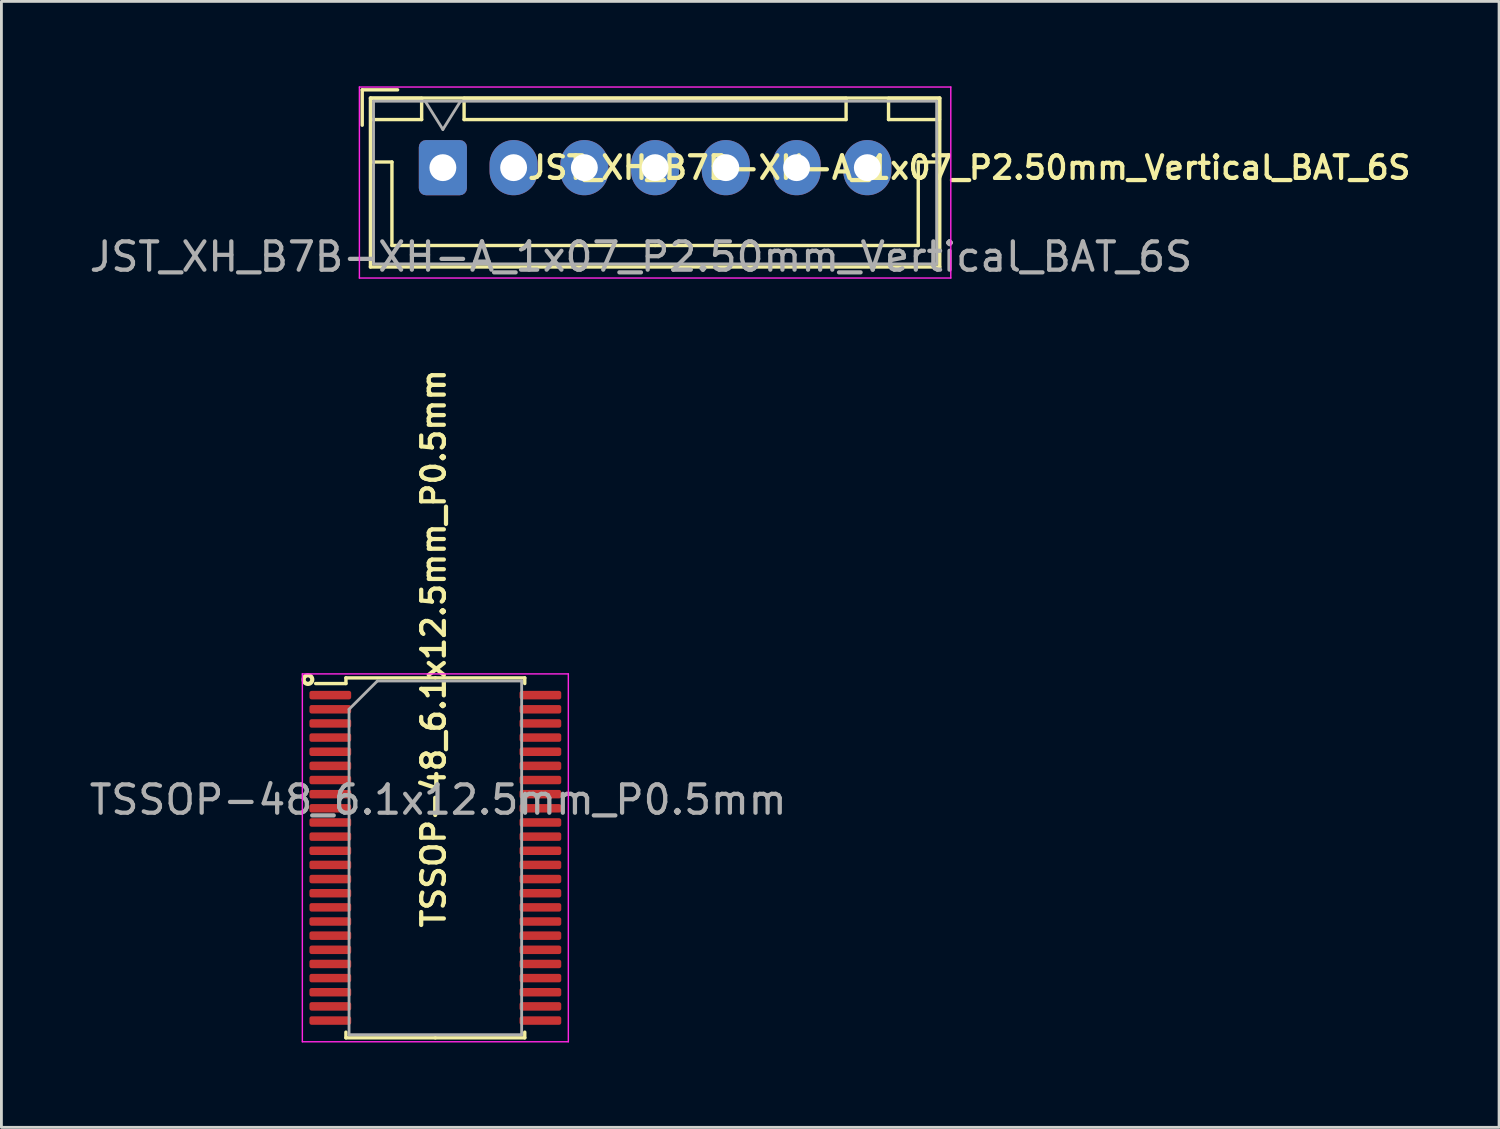
<source format=kicad_pcb>
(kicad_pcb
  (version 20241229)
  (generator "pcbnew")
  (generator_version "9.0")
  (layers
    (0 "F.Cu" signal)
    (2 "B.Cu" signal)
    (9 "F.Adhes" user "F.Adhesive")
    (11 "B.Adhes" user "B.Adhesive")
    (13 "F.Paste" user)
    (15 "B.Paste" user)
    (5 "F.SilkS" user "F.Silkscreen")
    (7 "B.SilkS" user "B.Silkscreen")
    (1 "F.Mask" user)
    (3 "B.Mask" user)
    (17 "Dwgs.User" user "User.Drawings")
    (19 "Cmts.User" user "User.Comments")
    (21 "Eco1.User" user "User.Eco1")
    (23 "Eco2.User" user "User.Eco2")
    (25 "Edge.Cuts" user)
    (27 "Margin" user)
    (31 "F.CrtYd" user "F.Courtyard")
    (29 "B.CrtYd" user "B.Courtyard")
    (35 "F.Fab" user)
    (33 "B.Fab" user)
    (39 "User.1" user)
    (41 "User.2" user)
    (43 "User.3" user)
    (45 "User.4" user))
  (footprint "JST_XH_B7B-XH-A_1x07_P2.50mm_Vertical_BAT_6S"
    (layer "F.Cu")
    (at 12.601 2.875)
    (property "Reference" "JST_XH_B7B-XH-A_1x07_P2.50mm_Vertical_BAT_6S" (at 18.6 0 180) (layer "F.SilkS") (effects (font (size 0.8 0.8) (thickness 0.15))))
    (attr through_hole)
    (fp_line (start -2.85 -2.75) (end -2.85 -1.5) (stroke (width 0.12) (type solid)) (layer "F.SilkS"))
    (fp_line (start -2.56 -2.46) (end -2.56 3.51) (stroke (width 0.12) (type solid)) (layer "F.SilkS"))
    (fp_line (start -2.56 3.51) (end 17.56 3.51) (stroke (width 0.12) (type solid)) (layer "F.SilkS"))
    (fp_line (start -2.55 -2.45) (end -2.55 -1.7) (stroke (width 0.12) (type solid)) (layer "F.SilkS"))
    (fp_line (start -2.55 -1.7) (end -0.75 -1.7) (stroke (width 0.12) (type solid)) (layer "F.SilkS"))
    (fp_line (start -2.55 -0.2) (end -1.8 -0.2) (stroke (width 0.12) (type solid)) (layer "F.SilkS"))
    (fp_line (start -1.8 -0.2) (end -1.8 2.75) (stroke (width 0.12) (type solid)) (layer "F.SilkS"))
    (fp_line (start -1.8 2.75) (end 7.5 2.75) (stroke (width 0.12) (type solid)) (layer "F.SilkS"))
    (fp_line (start -1.6 -2.75) (end -2.85 -2.75) (stroke (width 0.12) (type solid)) (layer "F.SilkS"))
    (fp_line (start -0.75 -2.45) (end -2.55 -2.45) (stroke (width 0.12) (type solid)) (layer "F.SilkS"))
    (fp_line (start -0.75 -1.7) (end -0.75 -2.45) (stroke (width 0.12) (type solid)) (layer "F.SilkS"))
    (fp_line (start 0.75 -2.45) (end 0.75 -1.7) (stroke (width 0.12) (type solid)) (layer "F.SilkS"))
    (fp_line (start 0.75 -1.7) (end 14.25 -1.7) (stroke (width 0.12) (type solid)) (layer "F.SilkS"))
    (fp_line (start 14.25 -2.45) (end 0.75 -2.45) (stroke (width 0.12) (type solid)) (layer "F.SilkS"))
    (fp_line (start 14.25 -1.7) (end 14.25 -2.45) (stroke (width 0.12) (type solid)) (layer "F.SilkS"))
    (fp_line (start 15.75 -2.45) (end 15.75 -1.7) (stroke (width 0.12) (type solid)) (layer "F.SilkS"))
    (fp_line (start 15.75 -1.7) (end 17.55 -1.7) (stroke (width 0.12) (type solid)) (layer "F.SilkS"))
    (fp_line (start 16.8 -0.2) (end 16.8 2.75) (stroke (width 0.12) (type solid)) (layer "F.SilkS"))
    (fp_line (start 16.8 2.75) (end 7.5 2.75) (stroke (width 0.12) (type solid)) (layer "F.SilkS"))
    (fp_line (start 17.55 -2.45) (end 15.75 -2.45) (stroke (width 0.12) (type solid)) (layer "F.SilkS"))
    (fp_line (start 17.55 -1.7) (end 17.55 -2.45) (stroke (width 0.12) (type solid)) (layer "F.SilkS"))
    (fp_line (start 17.55 -0.2) (end 16.8 -0.2) (stroke (width 0.12) (type solid)) (layer "F.SilkS"))
    (fp_line (start 17.56 -2.46) (end -2.56 -2.46) (stroke (width 0.12) (type solid)) (layer "F.SilkS"))
    (fp_line (start 17.56 3.51) (end 17.56 -2.46) (stroke (width 0.12) (type solid)) (layer "F.SilkS"))
    (fp_line (start -2.95 -2.85) (end -2.95 3.9) (stroke (width 0.05) (type solid)) (layer "F.CrtYd"))
    (fp_line (start -2.95 3.9) (end 17.95 3.9) (stroke (width 0.05) (type solid)) (layer "F.CrtYd"))
    (fp_line (start 17.95 -2.85) (end -2.95 -2.85) (stroke (width 0.05) (type solid)) (layer "F.CrtYd"))
    (fp_line (start 17.95 3.9) (end 17.95 -2.85) (stroke (width 0.05) (type solid)) (layer "F.CrtYd"))
    (fp_line (start -2.45 -2.35) (end -2.45 3.4) (stroke (width 0.1) (type solid)) (layer "F.Fab"))
    (fp_line (start -2.45 3.4) (end 17.45 3.4) (stroke (width 0.1) (type solid)) (layer "F.Fab"))
    (fp_line (start -0.625 -2.35) (end 0 -1.35) (stroke (width 0.1) (type solid)) (layer "F.Fab"))
    (fp_line (start 0 -1.35) (end 0.625 -2.35) (stroke (width 0.1) (type solid)) (layer "F.Fab"))
    (fp_line (start 17.45 -2.35) (end -2.45 -2.35) (stroke (width 0.1) (type solid)) (layer "F.Fab"))
    (fp_line (start 17.45 3.4) (end 17.45 -2.35) (stroke (width 0.1) (type solid)) (layer "F.Fab"))
    (fp_text user "${REFERENCE}" (at 7 3.15 0) (layer "F.Fab") (effects (font (size 1 1) (thickness 0.15))))
    (pad "0" thru_hole oval (at 15 0) (size 1.7 1.95) (drill 0.95) (layers "*.Cu" "*.Mask"))
    (pad "1" thru_hole oval (at 12.5 0) (size 1.7 1.95) (drill 0.95) (layers "*.Cu" "*.Mask"))
    (pad "2" thru_hole oval (at 10 0) (size 1.7 1.95) (drill 0.95) (layers "*.Cu" "*.Mask"))
    (pad "3" thru_hole oval (at 7.5 0) (size 1.7 1.95) (drill 0.95) (layers "*.Cu" "*.Mask"))
    (pad "4" thru_hole oval (at 5 0) (size 1.7 1.95) (drill 0.95) (layers "*.Cu" "*.Mask"))
    (pad "5" thru_hole oval (at 2.5 0) (size 1.7 1.95) (drill 0.95) (layers "*.Cu" "*.Mask"))
    (pad "6" thru_hole roundrect (at 0 0) (size 1.7 1.95) (drill 0.95) (layers "*.Cu" "*.Mask") (roundrect_rratio 0.147)))
  (footprint "TSSOP-48_6.1x12.5mm_P0.5mm"
    (layer "F.Cu")
    (at 12.335 27.266)
    (property "Reference" "TSSOP-48_6.1x12.5mm_P0.5mm" (at -0.062 -7.4 270) (layer "F.SilkS") (effects (font (size 0.8 0.8) (thickness 0.15))))
    (attr smd)
    (fp_line (start -3.16 -6.36) (end -3.16 -6.16) (stroke (width 0.12) (type solid)) (layer "F.SilkS"))
    (fp_line (start -3.16 -6.16) (end -4.23 -6.16) (stroke (width 0.12) (type solid)) (layer "F.SilkS"))
    (fp_line (start -3.16 6.36) (end -3.16 6.16) (stroke (width 0.12) (type solid)) (layer "F.SilkS"))
    (fp_line (start 0 -6.36) (end -3.16 -6.36) (stroke (width 0.12) (type solid)) (layer "F.SilkS"))
    (fp_line (start 0 -6.36) (end 3.16 -6.36) (stroke (width 0.12) (type solid)) (layer "F.SilkS"))
    (fp_line (start 0 6.36) (end -3.16 6.36) (stroke (width 0.12) (type solid)) (layer "F.SilkS"))
    (fp_line (start 0 6.36) (end 3.16 6.36) (stroke (width 0.12) (type solid)) (layer "F.SilkS"))
    (fp_line (start 3.16 -6.36) (end 3.16 -6.16) (stroke (width 0.12) (type solid)) (layer "F.SilkS"))
    (fp_line (start 3.16 6.36) (end 3.16 6.16) (stroke (width 0.12) (type solid)) (layer "F.SilkS"))
    (fp_circle (center -4.502 -6.3) (end -4.362 -6.36) (stroke (width 0.15) (type solid)) (fill no) (layer "F.SilkS"))
    (fp_line (start -4.7 -6.5) (end -4.7 6.5) (stroke (width 0.05) (type solid)) (layer "F.CrtYd"))
    (fp_line (start -4.7 6.5) (end 4.7 6.5) (stroke (width 0.05) (type solid)) (layer "F.CrtYd"))
    (fp_line (start 4.7 -6.5) (end -4.7 -6.5) (stroke (width 0.05) (type solid)) (layer "F.CrtYd"))
    (fp_line (start 4.7 6.5) (end 4.7 -6.5) (stroke (width 0.05) (type solid)) (layer "F.CrtYd"))
    (fp_line (start -3.05 -5.25) (end -2.05 -6.25) (stroke (width 0.1) (type solid)) (layer "F.Fab"))
    (fp_line (start -3.05 6.25) (end -3.05 -5.25) (stroke (width 0.1) (type solid)) (layer "F.Fab"))
    (fp_line (start -2.05 -6.25) (end 3.05 -6.25) (stroke (width 0.1) (type solid)) (layer "F.Fab"))
    (fp_line (start 3.05 -6.25) (end 3.05 6.25) (stroke (width 0.1) (type solid)) (layer "F.Fab"))
    (fp_line (start 3.05 6.25) (end -3.05 6.25) (stroke (width 0.1) (type solid)) (layer "F.Fab"))
    (fp_text user "${REFERENCE}" (at 0.1 -2.05 180) (layer "F.Fab") (effects (font (size 1 1) (thickness 0.15))))
    (pad "1" smd roundrect (at -3.712 -5.75) (size 1.475 0.3) (layers "F.Cu" "F.Mask" "F.Paste") (roundrect_rratio 0.25))
    (pad "2" smd roundrect (at -3.712 -5.25) (size 1.475 0.3) (layers "F.Cu" "F.Mask" "F.Paste") (roundrect_rratio 0.25))
    (pad "3" smd roundrect (at -3.712 -4.75) (size 1.475 0.3) (layers "F.Cu" "F.Mask" "F.Paste") (roundrect_rratio 0.25))
    (pad "4" smd roundrect (at -3.712 -4.25) (size 1.475 0.3) (layers "F.Cu" "F.Mask" "F.Paste") (roundrect_rratio 0.25))
    (pad "5" smd roundrect (at -3.712 -3.75) (size 1.475 0.3) (layers "F.Cu" "F.Mask" "F.Paste") (roundrect_rratio 0.25))
    (pad "6" smd roundrect (at -3.712 -3.25) (size 1.475 0.3) (layers "F.Cu" "F.Mask" "F.Paste") (roundrect_rratio 0.25))
    (pad "7" smd roundrect (at -3.712 -2.75) (size 1.475 0.3) (layers "F.Cu" "F.Mask" "F.Paste") (roundrect_rratio 0.25))
    (pad "8" smd roundrect (at -3.712 -2.25) (size 1.475 0.3) (layers "F.Cu" "F.Mask" "F.Paste") (roundrect_rratio 0.25))
    (pad "9" smd roundrect (at -3.712 -1.75) (size 1.475 0.3) (layers "F.Cu" "F.Mask" "F.Paste") (roundrect_rratio 0.25))
    (pad "10" smd roundrect (at -3.712 -1.25) (size 1.475 0.3) (layers "F.Cu" "F.Mask" "F.Paste") (roundrect_rratio 0.25))
    (pad "11" smd roundrect (at -3.712 -0.75) (size 1.475 0.3) (layers "F.Cu" "F.Mask" "F.Paste") (roundrect_rratio 0.25))
    (pad "12" smd roundrect (at -3.712 -0.25) (size 1.475 0.3) (layers "F.Cu" "F.Mask" "F.Paste") (roundrect_rratio 0.25))
    (pad "13" smd roundrect (at -3.712 0.25) (size 1.475 0.3) (layers "F.Cu" "F.Mask" "F.Paste") (roundrect_rratio 0.25))
    (pad "14" smd roundrect (at -3.712 0.75) (size 1.475 0.3) (layers "F.Cu" "F.Mask" "F.Paste") (roundrect_rratio 0.25))
    (pad "15" smd roundrect (at -3.712 1.25) (size 1.475 0.3) (layers "F.Cu" "F.Mask" "F.Paste") (roundrect_rratio 0.25))
    (pad "16" smd roundrect (at -3.712 1.75) (size 1.475 0.3) (layers "F.Cu" "F.Mask" "F.Paste") (roundrect_rratio 0.25))
    (pad "17" smd roundrect (at -3.712 2.25) (size 1.475 0.3) (layers "F.Cu" "F.Mask" "F.Paste") (roundrect_rratio 0.25))
    (pad "18" smd roundrect (at -3.712 2.75) (size 1.475 0.3) (layers "F.Cu" "F.Mask" "F.Paste") (roundrect_rratio 0.25))
    (pad "19" smd roundrect (at -3.712 3.25) (size 1.475 0.3) (layers "F.Cu" "F.Mask" "F.Paste") (roundrect_rratio 0.25))
    (pad "20" smd roundrect (at -3.712 3.75) (size 1.475 0.3) (layers "F.Cu" "F.Mask" "F.Paste") (roundrect_rratio 0.25))
    (pad "21" smd roundrect (at -3.712 4.25) (size 1.475 0.3) (layers "F.Cu" "F.Mask" "F.Paste") (roundrect_rratio 0.25))
    (pad "22" smd roundrect (at -3.712 4.75) (size 1.475 0.3) (layers "F.Cu" "F.Mask" "F.Paste") (roundrect_rratio 0.25))
    (pad "23" smd roundrect (at -3.712 5.25) (size 1.475 0.3) (layers "F.Cu" "F.Mask" "F.Paste") (roundrect_rratio 0.25))
    (pad "24" smd roundrect (at -3.712 5.75) (size 1.475 0.3) (layers "F.Cu" "F.Mask" "F.Paste") (roundrect_rratio 0.25))
    (pad "25" smd roundrect (at 3.712 5.75) (size 1.475 0.3) (layers "F.Cu" "F.Mask" "F.Paste") (roundrect_rratio 0.25))
    (pad "26" smd roundrect (at 3.712 5.25) (size 1.475 0.3) (layers "F.Cu" "F.Mask" "F.Paste") (roundrect_rratio 0.25))
    (pad "27" smd roundrect (at 3.712 4.75) (size 1.475 0.3) (layers "F.Cu" "F.Mask" "F.Paste") (roundrect_rratio 0.25))
    (pad "28" smd roundrect (at 3.712 4.25) (size 1.475 0.3) (layers "F.Cu" "F.Mask" "F.Paste") (roundrect_rratio 0.25))
    (pad "29" smd roundrect (at 3.712 3.75) (size 1.475 0.3) (layers "F.Cu" "F.Mask" "F.Paste") (roundrect_rratio 0.25))
    (pad "30" smd roundrect (at 3.712 3.25) (size 1.475 0.3) (layers "F.Cu" "F.Mask" "F.Paste") (roundrect_rratio 0.25))
    (pad "31" smd roundrect (at 3.712 2.75) (size 1.475 0.3) (layers "F.Cu" "F.Mask" "F.Paste") (roundrect_rratio 0.25))
    (pad "32" smd roundrect (at 3.712 2.25) (size 1.475 0.3) (layers "F.Cu" "F.Mask" "F.Paste") (roundrect_rratio 0.25))
    (pad "33" smd roundrect (at 3.712 1.75) (size 1.475 0.3) (layers "F.Cu" "F.Mask" "F.Paste") (roundrect_rratio 0.25))
    (pad "34" smd roundrect (at 3.712 1.25) (size 1.475 0.3) (layers "F.Cu" "F.Mask" "F.Paste") (roundrect_rratio 0.25))
    (pad "35" smd roundrect (at 3.712 0.75) (size 1.475 0.3) (layers "F.Cu" "F.Mask" "F.Paste") (roundrect_rratio 0.25))
    (pad "36" smd roundrect (at 3.712 0.25) (size 1.475 0.3) (layers "F.Cu" "F.Mask" "F.Paste") (roundrect_rratio 0.25))
    (pad "37" smd roundrect (at 3.712 -0.25) (size 1.475 0.3) (layers "F.Cu" "F.Mask" "F.Paste") (roundrect_rratio 0.25))
    (pad "38" smd roundrect (at 3.712 -0.75) (size 1.475 0.3) (layers "F.Cu" "F.Mask" "F.Paste") (roundrect_rratio 0.25))
    (pad "39" smd roundrect (at 3.712 -1.25) (size 1.475 0.3) (layers "F.Cu" "F.Mask" "F.Paste") (roundrect_rratio 0.25))
    (pad "40" smd roundrect (at 3.712 -1.75) (size 1.475 0.3) (layers "F.Cu" "F.Mask" "F.Paste") (roundrect_rratio 0.25))
    (pad "41" smd roundrect (at 3.712 -2.25) (size 1.475 0.3) (layers "F.Cu" "F.Mask" "F.Paste") (roundrect_rratio 0.25))
    (pad "42" smd roundrect (at 3.712 -2.75) (size 1.475 0.3) (layers "F.Cu" "F.Mask" "F.Paste") (roundrect_rratio 0.25))
    (pad "43" smd roundrect (at 3.712 -3.25) (size 1.475 0.3) (layers "F.Cu" "F.Mask" "F.Paste") (roundrect_rratio 0.25))
    (pad "44" smd roundrect (at 3.712 -3.75) (size 1.475 0.3) (layers "F.Cu" "F.Mask" "F.Paste") (roundrect_rratio 0.25))
    (pad "45" smd roundrect (at 3.712 -4.25) (size 1.475 0.3) (layers "F.Cu" "F.Mask" "F.Paste") (roundrect_rratio 0.25))
    (pad "46" smd roundrect (at 3.712 -4.75) (size 1.475 0.3) (layers "F.Cu" "F.Mask" "F.Paste") (roundrect_rratio 0.25))
    (pad "47" smd roundrect (at 3.712 -5.25) (size 1.475 0.3) (layers "F.Cu" "F.Mask" "F.Paste") (roundrect_rratio 0.25))
    (pad "48" smd roundrect (at 3.712 -5.75) (size 1.475 0.3) (layers "F.Cu" "F.Mask" "F.Paste") (roundrect_rratio 0.25)))
  (gr_rect
    (start -3 -3)
    (end 49.927 36.791)
    (stroke (width 0.1) (type default))
    (fill no)
    (layer "Edge.Cuts")))
</source>
